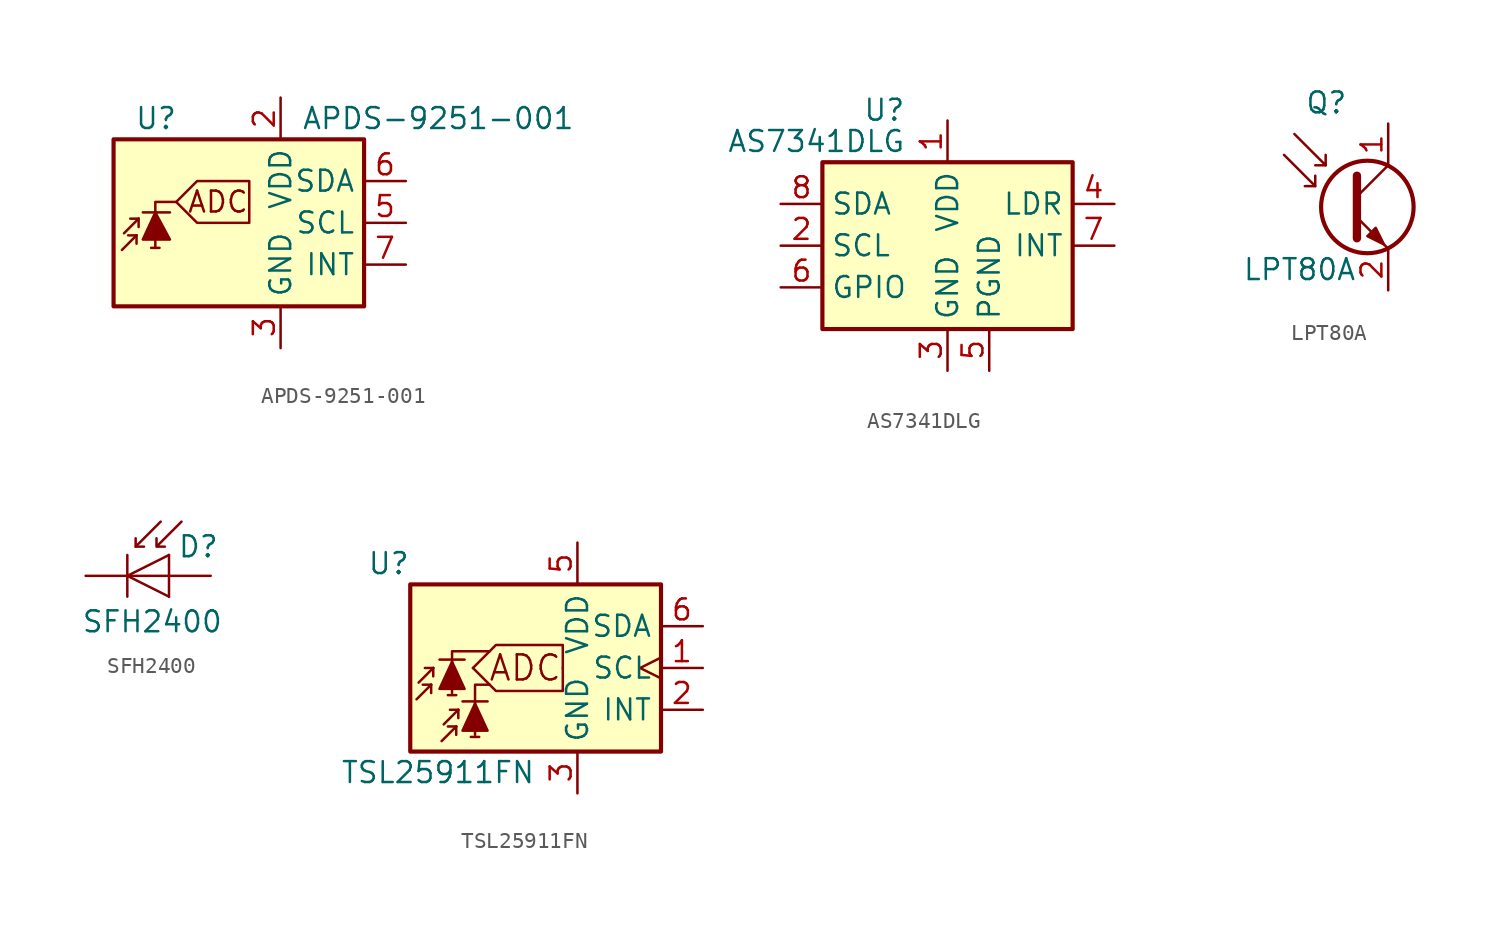
<source format=kicad_sym>
(kicad_symbol_lib
  (version 20241209)
  (generator "kicad_symbol_editor")
  (generator_version "9.0")
  (symbol "APDS-9251-001"
    (property "Reference" "U"
      (at -6.35 6.35 0)
      (effects (font (size 1.27 1.27)) (justify left)))
    (property "Value" "APDS-9251-001"
      (at 3.81 6.35 0)
      (effects (font (size 1.27 1.27)) (justify left)))
    (symbol "APDS-9251-001_0_0"
      (polyline (pts (xy -3.81 1.27) (xy -2.54 2.54) (xy 0.635 2.54) (xy 0.635 0) (xy -2.54 0) (xy -3.81 1.27)) (stroke (width 0) (type default)) (fill (type none)))
      (text "ADC" (at -1.27 1.27 0) (effects (font (size 1.27 1.27)))))
    (symbol "APDS-9251-001_0_1"
      (rectangle (start -7.62 5.08) (end 7.62 -5.08) (stroke (width 0.254) (type default)) (fill (type background))))
    (symbol "APDS-9251-001_1_0"
      (polyline (pts (xy -5.08 -1.524) (xy -5.08 1.27) (xy -3.81 1.27)) (stroke (width 0) (type default)) (fill (type none))))
    (symbol "APDS-9251-001_1_1"
      (polyline (pts (xy -6.223 -0.762) (xy -7.112 -1.651)) (stroke (width 0) (type default)) (fill (type none)))
      (polyline (pts (xy -6.223 -0.762) (xy -6.731 -0.762)) (stroke (width 0) (type default)) (fill (type none)))
      (polyline (pts (xy -6.223 -0.762) (xy -6.223 -1.27)) (stroke (width 0) (type default)) (fill (type none)))
      (polyline (pts (xy -6.096 0.254) (xy -6.985 -0.635)) (stroke (width 0) (type default)) (fill (type none)))
      (polyline (pts (xy -6.096 0.254) (xy -6.604 0.254)) (stroke (width 0) (type default)) (fill (type none)))
      (polyline (pts (xy -6.096 0.254) (xy -6.096 -0.254)) (stroke (width 0) (type default)) (fill (type none)))
      (polyline (pts (xy -5.842 0.635) (xy -4.191 0.635)) (stroke (width 0) (type default)) (fill (type none)))
      (polyline (pts (xy -5.842 -1.016) (xy -4.191 -1.016) (xy -5.08 0.635) (xy -5.842 -1.016)) (stroke (width 0) (type default)) (fill (type outline)))
      (polyline (pts (xy -4.826 -1.524) (xy -5.334 -1.524)) (stroke (width 0) (type default)) (fill (type none)))
      (pin no_connect line (at -7.62 2.54 0) (length 2.54) (hide yes) (name "NC" (effects (font (size 1.27 1.27)))) (number "1" (effects (font (size 1.27 1.27)))))
      (pin no_connect line (at -7.62 0 0) (length 2.54) (hide yes) (name "NC" (effects (font (size 1.27 1.27)))) (number "4" (effects (font (size 1.27 1.27)))))
      (pin no_connect line (at -7.62 -2.54 0) (length 2.54) (hide yes) (name "NC" (effects (font (size 1.27 1.27)))) (number "8" (effects (font (size 1.27 1.27)))))
      (pin power_in line (at 2.54 7.62 270) (length 2.54) (name "VDD" (effects (font (size 1.27 1.27)))) (number "2" (effects (font (size 1.27 1.27)))))
      (pin power_in line (at 2.54 -7.62 90) (length 2.54) (name "GND" (effects (font (size 1.27 1.27)))) (number "3" (effects (font (size 1.27 1.27)))))
      (pin bidirectional line (at 10.16 2.54 180) (length 2.54) (name "SDA" (effects (font (size 1.27 1.27)))) (number "6" (effects (font (size 1.27 1.27)))))
      (pin input line (at 10.16 0 180) (length 2.54) (name "SCL" (effects (font (size 1.27 1.27)))) (number "5" (effects (font (size 1.27 1.27)))))
      (pin open_collector line (at 10.16 -2.54 180) (length 2.54) (name "INT" (effects (font (size 1.27 1.27)))) (number "7" (effects (font (size 1.27 1.27)))))))
  (symbol "AS7341DLG"
    (property "Reference" "U"
      (at -2.54 8.255 0)
      (effects (font (size 1.27 1.27)) (justify right)))
    (property "Value" "AS7341DLG"
      (at -2.54 6.35 0)
      (effects (font (size 1.27 1.27)) (justify right)))
    (symbol "AS7341DLG_0_1"
      (rectangle (start -7.62 5.08) (end 7.62 -5.08) (stroke (width 0.254) (type default)) (fill (type background))))
    (symbol "AS7341DLG_1_1"
      (pin bidirectional line (at -10.16 2.54 0) (length 2.54) (name "SDA" (effects (font (size 1.27 1.27)))) (number "8" (effects (font (size 1.27 1.27)))))
      (pin input line (at -10.16 0 0) (length 2.54) (name "SCL" (effects (font (size 1.27 1.27)))) (number "2" (effects (font (size 1.27 1.27)))))
      (pin input line (at -10.16 -2.54 0) (length 2.54) (name "GPIO" (effects (font (size 1.27 1.27)))) (number "6" (effects (font (size 1.27 1.27)))))
      (pin power_in line (at 0 7.62 270) (length 2.54) (name "VDD" (effects (font (size 1.27 1.27)))) (number "1" (effects (font (size 1.27 1.27)))))
      (pin power_in line (at 0 -7.62 90) (length 2.54) (name "GND" (effects (font (size 1.27 1.27)))) (number "3" (effects (font (size 1.27 1.27)))))
      (pin power_in line (at 2.54 -7.62 90) (length 2.54) (name "PGND" (effects (font (size 1.27 1.27)))) (number "5" (effects (font (size 1.27 1.27)))))
      (pin passive line (at 10.16 2.54 180) (length 2.54) (name "LDR" (effects (font (size 1.27 1.27)))) (number "4" (effects (font (size 1.27 1.27)))))
      (pin open_collector line (at 10.16 0 180) (length 2.54) (name "INT" (effects (font (size 1.27 1.27)))) (number "7" (effects (font (size 1.27 1.27)))))))
  (symbol "LPT80A"
    (pin_names
      (hide yes))
    (property "Reference" "Q"
      (at -5.08 6.35 0)
      (effects (font (size 1.27 1.27)) (justify left)))
    (property "Value" "LPT80A"
      (at -8.89 -3.81 0)
      (effects (font (size 1.27 1.27)) (justify left)))
    (symbol "LPT80A_0_1"
      (polyline (pts (xy -6.35 3.175) (xy -4.445 1.27) (xy -4.445 1.905)) (stroke (width 0) (type default)) (fill (type none)))
      (polyline (pts (xy -5.715 4.445) (xy -3.81 2.54) (xy -3.81 3.175)) (stroke (width 0) (type default)) (fill (type none)))
      (polyline (pts (xy -4.445 1.27) (xy -5.08 1.27)) (stroke (width 0) (type default)) (fill (type none)))
      (polyline (pts (xy -3.81 2.54) (xy -4.445 2.54)) (stroke (width 0) (type default)) (fill (type none)))
      (polyline (pts (xy -1.905 1.905) (xy -1.905 -1.905) (xy -1.905 -1.905)) (stroke (width 0.508) (type default)) (fill (type none)))
      (polyline (pts (xy -1.905 0.635) (xy 0 2.54)) (stroke (width 0) (type default)) (fill (type none)))
      (polyline (pts (xy -1.905 -0.635) (xy 0 -2.54) (xy 0 -2.54)) (stroke (width 0) (type default)) (fill (type none)))
      (circle (center -1.27 0) (radius 2.819) (stroke (width 0.254) (type default)) (fill (type none)))
      (polyline (pts (xy -1.27 -1.778) (xy -0.762 -1.27) (xy -0.254 -2.286) (xy -1.27 -1.778) (xy -1.27 -1.778)) (stroke (width 0) (type default)) (fill (type outline))))
    (symbol "LPT80A_1_1"
      (pin passive line (at 0 5.08 270) (length 2.54) (name "C" (effects (font (size 1.27 1.27)))) (number "1" (effects (font (size 1.27 1.27)))))
      (pin passive line (at 0 -5.08 90) (length 2.54) (name "E" (effects (font (size 1.27 1.27)))) (number "2" (effects (font (size 1.27 1.27)))))))
  (symbol "SFH2400"
    (pin_numbers
      (hide yes))
    (pin_names
      (hide yes))
    (property "Reference" "D"
      (at 0.508 1.778 0)
      (effects (font (size 1.27 1.27)) (justify left)))
    (property "Value" "SFH2400"
      (at -1.016 -2.794 0)
      (effects (font (size 1.27 1.27))))
    (symbol "SFH2400_0_1"
      (polyline (pts (xy -2.54 1.27) (xy -2.54 -1.27)) (stroke (width 0.152) (type default)) (fill (type none)))
      (polyline (pts (xy -2.032 1.778) (xy -1.524 1.778)) (stroke (width 0) (type default)) (fill (type none)))
      (polyline (pts (xy -0.508 3.302) (xy -2.032 1.778) (xy -2.032 2.286)) (stroke (width 0) (type default)) (fill (type none)))
      (polyline (pts (xy 0 1.27) (xy 0 -1.27)) (stroke (width 0) (type default)) (fill (type none)))
      (polyline (pts (xy 0 1.27) (xy -2.54 0) (xy 0 -1.27)) (stroke (width 0) (type default)) (fill (type none)))
      (polyline (pts (xy 0 0) (xy -2.54 0)) (stroke (width 0) (type default)) (fill (type none)))
      (polyline (pts (xy 0.762 3.302) (xy -0.762 1.778) (xy -0.762 2.286) (xy -0.762 1.778) (xy -0.254 1.778)) (stroke (width 0) (type default)) (fill (type none))))
    (symbol "SFH2400_1_1"
      (pin passive line (at -5.08 0 0) (length 2.54) (name "K" (effects (font (size 1.27 1.27)))) (number "1" (effects (font (size 1.27 1.27)))))
      (pin passive line (at 2.54 0 180) (length 2.54) (name "A" (effects (font (size 1.27 1.27)))) (number "2" (effects (font (size 1.27 1.27)))))))
  (symbol "TSL25911FN"
    (property "Reference" "U"
      (at -7.62 6.35 0)
      (effects (font (size 1.27 1.27)) (justify right)))
    (property "Value" "TSL25911FN"
      (at 0 -6.35 0)
      (effects (font (size 1.27 1.27)) (justify right)))
    (symbol "TSL25911FN_0_0"
      (text "ADC" (at -0.635 0 0) (effects (font (size 1.524 1.524)))))
    (symbol "TSL25911FN_0_1"
      (polyline (pts (xy -6.35 -1.016) (xy -7.239 -1.905)) (stroke (width 0) (type default)) (fill (type none)))
      (polyline (pts (xy -6.35 -1.016) (xy -6.858 -1.016)) (stroke (width 0) (type default)) (fill (type none)))
      (polyline (pts (xy -6.35 -1.016) (xy -6.35 -1.524)) (stroke (width 0) (type default)) (fill (type none)))
      (polyline (pts (xy -6.223 0) (xy -7.112 -0.889)) (stroke (width 0) (type default)) (fill (type none)))
      (polyline (pts (xy -6.223 0) (xy -6.731 0)) (stroke (width 0) (type default)) (fill (type none)))
      (polyline (pts (xy -6.223 0) (xy -6.223 -0.508)) (stroke (width 0) (type default)) (fill (type none)))
      (polyline (pts (xy -4.826 -3.556) (xy -5.715 -4.445)) (stroke (width 0) (type default)) (fill (type none)))
      (polyline (pts (xy -4.826 -3.556) (xy -5.334 -3.556)) (stroke (width 0) (type default)) (fill (type none)))
      (polyline (pts (xy -4.826 -3.556) (xy -4.826 -4.064)) (stroke (width 0) (type default)) (fill (type none)))
      (polyline (pts (xy -4.699 -2.54) (xy -5.588 -3.429)) (stroke (width 0) (type default)) (fill (type none)))
      (polyline (pts (xy -4.699 -2.54) (xy -5.207 -2.54)) (stroke (width 0) (type default)) (fill (type none)))
      (polyline (pts (xy -4.699 -2.54) (xy -4.699 -3.048)) (stroke (width 0) (type default)) (fill (type none)))
      (polyline (pts (xy -4.318 0.508) (xy -5.842 0.508)) (stroke (width 0) (type default)) (fill (type none)))
      (polyline (pts (xy -4.318 -1.27) (xy -5.842 -1.27) (xy -5.08 0.381) (xy -4.318 -1.27)) (stroke (width 0) (type default)) (fill (type outline)))
      (polyline (pts (xy -2.921 -2.032) (xy -4.445 -2.032)) (stroke (width 0) (type default)) (fill (type none)))
      (polyline (pts (xy -2.921 -3.81) (xy -4.445 -3.81) (xy -3.683 -2.159) (xy -2.921 -3.81)) (stroke (width 0) (type default)) (fill (type outline))))
    (symbol "TSL25911FN_1_0"
      (polyline (pts (xy -3.81 0) (xy -2.413 1.397) (xy 1.651 1.397) (xy 1.651 0)) (stroke (width 0) (type default)) (fill (type none)))
      (polyline (pts (xy -3.81 0) (xy -2.413 -1.397) (xy 1.651 -1.397) (xy 1.651 0)) (stroke (width 0) (type default)) (fill (type none))))
    (symbol "TSL25911FN_1_1"
      (rectangle (start -7.62 5.08) (end 7.62 -5.08) (stroke (width 0.254) (type default)) (fill (type background)))
      (polyline (pts (xy -5.08 -1.524) (xy -5.08 1.016) (xy -2.794 1.016)) (stroke (width 0) (type default)) (fill (type none)))
      (polyline (pts (xy -4.826 -1.651) (xy -5.334 -1.651)) (stroke (width 0) (type default)) (fill (type none)))
      (polyline (pts (xy -3.683 -4.064) (xy -3.683 -1.016) (xy -2.794 -1.016)) (stroke (width 0) (type default)) (fill (type none)))
      (polyline (pts (xy -3.429 -4.191) (xy -3.937 -4.191)) (stroke (width 0) (type default)) (fill (type none)))
      (pin no_connect line (at -7.62 2.54 0) (length 2.54) (hide yes) (name "NC" (effects (font (size 1.27 1.27)))) (number "4" (effects (font (size 1.27 1.27)))))
      (pin power_in line (at 2.54 7.62 270) (length 2.54) (name "VDD" (effects (font (size 1.27 1.27)))) (number "5" (effects (font (size 1.27 1.27)))))
      (pin power_in line (at 2.54 -7.62 90) (length 2.54) (name "GND" (effects (font (size 1.27 1.27)))) (number "3" (effects (font (size 1.27 1.27)))))
      (pin bidirectional line (at 10.16 2.54 180) (length 2.54) (name "SDA" (effects (font (size 1.27 1.27)))) (number "6" (effects (font (size 1.27 1.27)))))
      (pin input clock (at 10.16 0 180) (length 2.54) (name "SCL" (effects (font (size 1.27 1.27)))) (number "1" (effects (font (size 1.27 1.27)))))
      (pin open_collector line (at 10.16 -2.54 180) (length 2.54) (name "INT" (effects (font (size 1.27 1.27)))) (number "2" (effects (font (size 1.27 1.27))))))))
</source>
